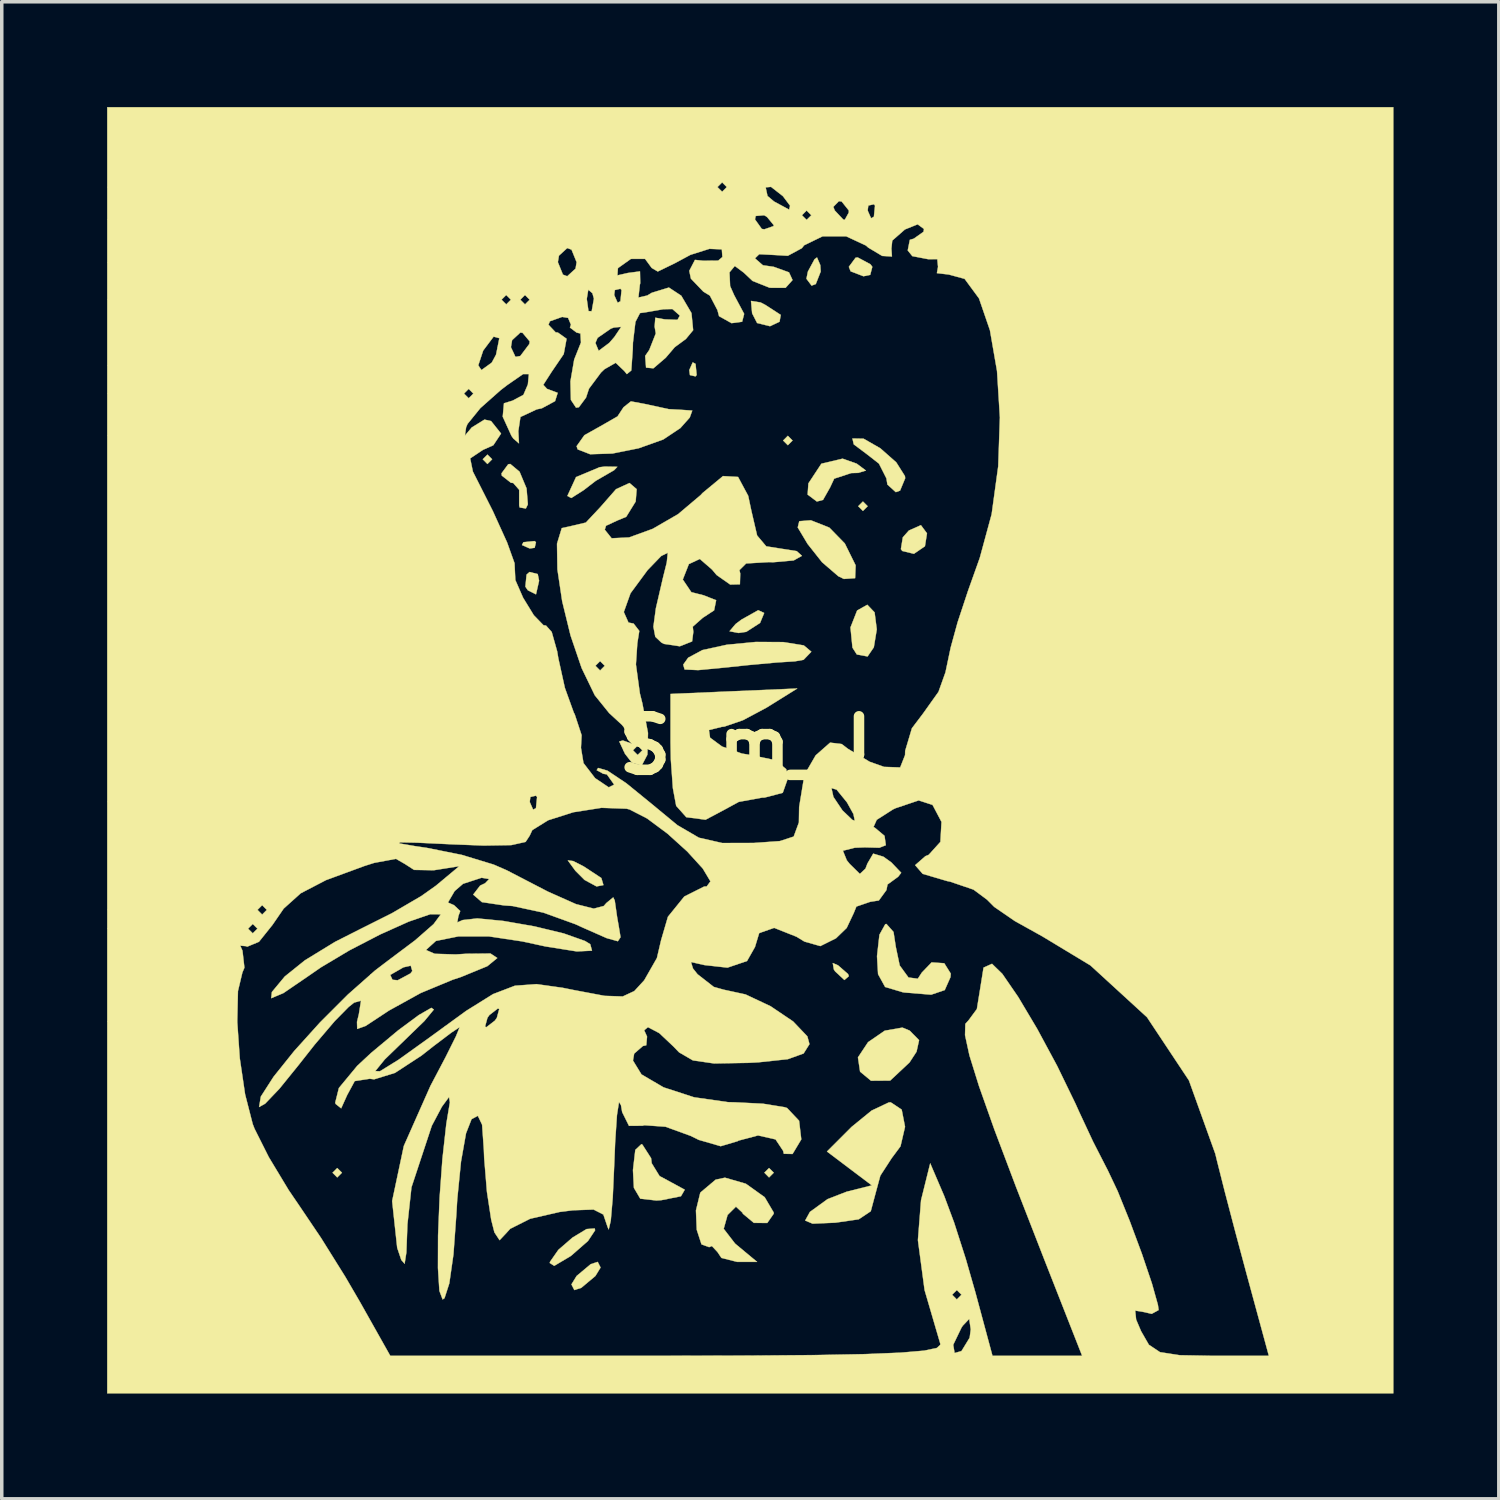
<source format=kicad_pcb>
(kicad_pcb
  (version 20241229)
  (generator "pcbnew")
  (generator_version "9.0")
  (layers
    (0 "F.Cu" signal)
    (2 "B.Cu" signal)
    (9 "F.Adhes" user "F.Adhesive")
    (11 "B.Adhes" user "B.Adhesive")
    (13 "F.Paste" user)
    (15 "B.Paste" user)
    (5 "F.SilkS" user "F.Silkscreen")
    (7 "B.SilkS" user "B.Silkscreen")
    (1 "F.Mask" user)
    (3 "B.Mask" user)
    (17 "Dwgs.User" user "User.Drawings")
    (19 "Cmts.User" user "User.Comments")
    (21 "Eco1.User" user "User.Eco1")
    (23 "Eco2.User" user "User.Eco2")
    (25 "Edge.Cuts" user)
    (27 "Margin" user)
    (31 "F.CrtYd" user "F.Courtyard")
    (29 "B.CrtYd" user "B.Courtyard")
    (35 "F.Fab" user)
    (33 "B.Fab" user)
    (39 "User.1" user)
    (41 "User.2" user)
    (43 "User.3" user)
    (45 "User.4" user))
  (footprint "Sam_J"
    (layer "F.Cu")
    (at 18.186 18.186)
    (property "Reference" "Sam_J" (at 0 0 0) (layer "F.SilkS") (effects (font (size 1.524 1.524) (thickness 0.3))))
    (attr through_hole)
    (fp_poly (pts (xy -11.497 12.165) (xy -11.631 12.299) (xy -11.764 12.165) (xy -11.631 12.032) (xy -11.497 12.165)) (stroke (width 0.01) (type solid)) (fill yes) (layer "F.SilkS"))
    (fp_poly (pts (xy -7.219 -8.155) (xy -7.353 -8.021) (xy -7.486 -8.155) (xy -7.353 -8.288) (xy -7.219 -8.155)) (stroke (width 0.01) (type solid)) (fill yes) (layer "F.SilkS"))
    (fp_poly (pts (xy 0.802 12.165) (xy 0.668 12.299) (xy 0.535 12.165) (xy 0.668 12.032) (xy 0.802 12.165)) (stroke (width 0.01) (type solid)) (fill yes) (layer "F.SilkS"))
    (fp_poly (pts (xy 1.337 -8.689) (xy 1.203 -8.556) (xy 1.069 -8.689) (xy 1.203 -8.823) (xy 1.337 -8.689)) (stroke (width 0.01) (type solid)) (fill yes) (layer "F.SilkS"))
    (fp_poly (pts (xy 3.476 -6.818) (xy 3.342 -6.684) (xy 3.208 -6.818) (xy 3.342 -6.952) (xy 3.476 -6.818)) (stroke (width 0.01) (type solid)) (fill yes) (layer "F.SilkS"))
    (fp_poly (pts (xy -5.971 -5.793) (xy -6.008 -5.634) (xy -6.149 -5.615) (xy -6.37 -5.713) (xy -6.328 -5.793) (xy -6.01 -5.825) (xy -5.971 -5.793)) (stroke (width 0.01) (type solid)) (fill yes) (layer "F.SilkS"))
    (fp_poly (pts (xy -1.426 -10.873) (xy -1.394 -10.556) (xy -1.426 -10.516) (xy -1.585 -10.553) (xy -1.604 -10.695) (xy -1.506 -10.915) (xy -1.426 -10.873)) (stroke (width 0.01) (type solid)) (fill yes) (layer "F.SilkS"))
    (fp_poly (pts (xy -5.921 -4.886) (xy -5.882 -4.695) (xy -5.97 -4.308) (xy -6.202 -4.424) (xy -6.272 -4.527) (xy -6.238 -4.87) (xy -6.154 -4.944) (xy -5.921 -4.886)) (stroke (width 0.01) (type solid)) (fill yes) (layer "F.SilkS"))
    (fp_poly (pts (xy 2.632 6.258) (xy 2.917 6.506) (xy 2.941 6.566) (xy 2.814 6.676) (xy 2.55 6.43) (xy 2.514 6.376) (xy 2.483 6.193) (xy 2.632 6.258)) (stroke (width 0.01) (type solid)) (fill yes) (layer "F.SilkS"))
    (fp_poly (pts (xy -4.909 3.289) (xy -4.612 3.441) (xy -4.109 3.772) (xy -4.049 3.973) (xy -4.245 4.011) (xy -4.587 3.826) (xy -4.847 3.566) (xy -5.064 3.269) (xy -4.909 3.289)) (stroke (width 0.01) (type solid)) (fill yes) (layer "F.SilkS"))
    (fp_poly (pts (xy -4.131 14.866) (xy -4.278 15.106) (xy -4.68 15.443) (xy -4.878 15.507) (xy -4.96 15.346) (xy -4.813 15.106) (xy -4.41 14.769) (xy -4.212 14.705) (xy -4.131 14.866)) (stroke (width 0.01) (type solid)) (fill yes) (layer "F.SilkS"))
    (fp_poly (pts (xy 0.426 -12.622) (xy 0.561 -12.552) (xy 1.001 -12.267) (xy 0.967 -12.073) (xy 0.695 -11.945) (xy 0.328 -12.036) (xy 0.186 -12.313) (xy 0.154 -12.665) (xy 0.426 -12.622)) (stroke (width 0.01) (type solid)) (fill yes) (layer "F.SilkS"))
    (fp_poly (pts (xy 0.529 -3.777) (xy 0.412 -3.494) (xy 0.018 -3.24) (xy -0.201 -3.208) (xy -0.458 -3.257) (xy -0.284 -3.463) (xy -0.118 -3.588) (xy 0.359 -3.856) (xy 0.529 -3.777)) (stroke (width 0.01) (type solid)) (fill yes) (layer "F.SilkS"))
    (fp_poly (pts (xy 2.127 -13.685) (xy 2.139 -13.502) (xy 1.999 -13.146) (xy 1.88 -13.101) (xy 1.733 -13.297) (xy 1.775 -13.502) (xy 1.965 -13.854) (xy 2.034 -13.903) (xy 2.127 -13.685)) (stroke (width 0.01) (type solid)) (fill yes) (layer "F.SilkS"))
    (fp_poly (pts (xy 3.555 -13.709) (xy 3.609 -13.636) (xy 3.549 -13.407) (xy 3.358 -13.368) (xy 2.992 -13.508) (xy 2.941 -13.636) (xy 3.133 -13.896) (xy 3.193 -13.903) (xy 3.555 -13.709)) (stroke (width 0.01) (type solid)) (fill yes) (layer "F.SilkS"))
    (fp_poly (pts (xy 5.166 -6.045) (xy 5.108 -5.678) (xy 4.794 -5.463) (xy 4.464 -5.543) (xy 4.423 -5.596) (xy 4.478 -5.931) (xy 4.651 -6.126) (xy 4.993 -6.278) (xy 5.166 -6.045)) (stroke (width 0.01) (type solid)) (fill yes) (layer "F.SilkS"))
    (fp_poly (pts (xy -3.653 -7.941) (xy -3.743 -7.846) (xy -4.269 -7.541) (xy -4.612 -7.276) (xy -4.965 -7.052) (xy -5.076 -7.111) (xy -4.829 -7.648) (xy -4.157 -7.929) (xy -4.011 -7.947) (xy -3.653 -7.941)) (stroke (width 0.01) (type solid)) (fill yes) (layer "F.SilkS"))
    (fp_poly (pts (xy 3.674 -3.794) (xy 3.736 -3.309) (xy 3.652 -2.8) (xy 3.474 -2.539) (xy 3.168 -2.596) (xy 3.044 -2.79) (xy 2.987 -3.365) (xy 3.177 -3.848) (xy 3.467 -4.011) (xy 3.674 -3.794)) (stroke (width 0.01) (type solid)) (fill yes) (layer "F.SilkS"))
    (fp_poly (pts (xy -4.286 13.804) (xy -4.488 14.108) (xy -4.964 14.525) (xy -4.99 14.544) (xy -5.451 14.817) (xy -5.578 14.736) (xy -5.569 14.7) (xy -5.332 14.361) (xy -4.929 14.012) (xy -4.529 13.77) (xy -4.298 13.753) (xy -4.286 13.804)) (stroke (width 0.01) (type solid)) (fill yes) (layer "F.SilkS"))
    (fp_poly (pts (xy 2.386 -6.208) (xy 2.826 -5.757) (xy 3.134 -5.134) (xy 3.119 -4.769) (xy 2.8 -4.747) (xy 2.642 -4.823) (xy 2.179 -5.222) (xy 1.767 -5.742) (xy 1.485 -6.214) (xy 1.529 -6.391) (xy 1.859 -6.417) (xy 2.386 -6.208)) (stroke (width 0.01) (type solid)) (fill yes) (layer "F.SilkS"))
    (fp_poly (pts (xy 4.673 8.118) (xy 4.941 8.39) (xy 4.869 8.717) (xy 4.669 9.024) (xy 4.117 9.541) (xy 3.572 9.545) (xy 3.261 9.287) (xy 3.2 8.881) (xy 3.488 8.447) (xy 3.963 8.12) (xy 4.466 8.032) (xy 4.673 8.118)) (stroke (width 0.01) (type solid)) (fill yes) (layer "F.SilkS"))
    (fp_poly (pts (xy 3.165 -8.03) (xy 3.426 -7.834) (xy 3.21 -7.768) (xy 3.008 -7.762) (xy 2.523 -7.603) (xy 2.406 -7.353) (xy 2.205 -6.998) (xy 2.03 -6.952) (xy 1.767 -7.149) (xy 1.789 -7.468) (xy 2.159 -8.029) (xy 2.763 -8.172) (xy 3.165 -8.03)) (stroke (width 0.01) (type solid)) (fill yes) (layer "F.SilkS"))
    (fp_poly (pts (xy 3.36 -8.741) (xy 3.838 -8.467) (xy 4.292 -8.066) (xy 4.538 -7.676) (xy 4.545 -7.614) (xy 4.399 -7.262) (xy 4.278 -7.219) (xy 4.039 -7.435) (xy 4.011 -7.611) (xy 3.798 -8.032) (xy 3.453 -8.301) (xy 3.081 -8.58) (xy 3.043 -8.747) (xy 3.36 -8.741)) (stroke (width 0.01) (type solid)) (fill yes) (layer "F.SilkS"))
    (fp_poly (pts (xy -6.438 -7.801) (xy -6.239 -7.325) (xy -6.202 -6.871) (xy -6.259 -6.753) (xy -6.435 -6.783) (xy -6.449 -6.84) (xy -6.449 -7.281) (xy -6.449 -7.286) (xy -6.619 -7.48) (xy -6.684 -7.486) (xy -6.944 -7.69) (xy -6.952 -7.754) (xy -6.761 -8.013) (xy -6.702 -8.021) (xy -6.438 -7.801)) (stroke (width 0.01) (type solid)) (fill yes) (layer "F.SilkS"))
    (fp_poly (pts (xy -2.941 11.363) (xy -2.692 11.751) (xy -2.674 11.896) (xy -2.451 12.26) (xy -2.119 12.439) (xy -1.733 12.649) (xy -1.841 12.835) (xy -2.401 12.947) (xy -2.542 12.956) (xy -2.999 12.905) (xy -3.181 12.596) (xy -3.208 12.091) (xy -3.141 11.515) (xy -2.966 11.351) (xy -2.941 11.363)) (stroke (width 0.01) (type solid)) (fill yes) (layer "F.SilkS"))
    (fp_poly (pts (xy 1.075 -2.948) (xy 1.657 -2.854) (xy 1.872 -2.674) (xy 1.651 -2.444) (xy 1.404 -2.4) (xy 0.882 -2.367) (xy 0.052 -2.291) (xy -0.531 -2.229) (xy -1.353 -2.15) (xy -1.737 -2.168) (xy -1.776 -2.306) (xy -1.635 -2.503) (xy -1.229 -2.721) (xy -0.532 -2.873) (xy 0.291 -2.952) (xy 1.075 -2.948)) (stroke (width 0.01) (type solid)) (fill yes) (layer "F.SilkS"))
    (fp_poly (pts (xy -2.874 -9.731) (xy -2.192 -9.583) (xy -1.81 -9.562) (xy -1.519 -9.542) (xy -1.591 -9.344) (xy -1.859 -9.043) (xy -2.345 -8.719) (xy -3.045 -8.469) (xy -3.793 -8.319) (xy -4.427 -8.299) (xy -4.783 -8.437) (xy -4.813 -8.528) (xy -4.591 -8.841) (xy -4.144 -9.091) (xy -3.648 -9.376) (xy -3.476 -9.637) (xy -3.266 -9.804) (xy -2.874 -9.731)) (stroke (width 0.01) (type solid)) (fill yes) (layer "F.SilkS"))
    (fp_poly (pts (xy 4.213 5.308) (xy 4.278 5.733) (xy 4.389 6.262) (xy 4.639 6.605) (xy 4.905 6.64) (xy 5.02 6.464) (xy 5.298 6.175) (xy 5.658 6.199) (xy 5.843 6.494) (xy 5.835 6.595) (xy 5.672 6.963) (xy 5.285 7.094) (xy 4.532 7.033) (xy 4.478 7.025) (xy 3.974 6.875) (xy 3.773 6.51) (xy 3.743 5.998) (xy 3.812 5.387) (xy 3.979 5.086) (xy 4.011 5.08) (xy 4.213 5.308)) (stroke (width 0.01) (type solid)) (fill yes) (layer "F.SilkS"))
    (fp_poly (pts (xy 4.446 10.369) (xy 4.541 10.857) (xy 4.412 11.412) (xy 4.16 11.751) (xy 3.837 12.249) (xy 3.692 12.786) (xy 3.565 13.262) (xy 3.222 13.492) (xy 2.558 13.588) (xy 1.909 13.616) (xy 1.697 13.527) (xy 1.832 13.282) (xy 1.834 13.28) (xy 2.335 12.917) (xy 2.879 12.706) (xy 3.596 12.526) (xy 2.957 12.044) (xy 2.318 11.561) (xy 3.018 10.861) (xy 3.588 10.396) (xy 4.076 10.165) (xy 4.132 10.16) (xy 4.446 10.369)) (stroke (width 0.01) (type solid)) (fill yes) (layer "F.SilkS"))
    (fp_poly (pts (xy 0.007 12.479) (xy 0.544 12.863) (xy 0.8 13.298) (xy 0.802 13.331) (xy 0.617 13.596) (xy 0.236 13.594) (xy -0.077 13.333) (xy -0.091 13.302) (xy -0.275 13.131) (xy -0.513 13.368) (xy -0.624 13.763) (xy -0.301 14.182) (xy -0.236 14.237) (xy 0.327 14.705) (xy -0.238 14.705) (xy -0.688 14.592) (xy -0.802 14.422) (xy -0.96 14.253) (xy -1.039 14.285) (xy -1.256 14.205) (xy -1.391 13.79) (xy -1.414 13.239) (xy -1.294 12.748) (xy -1.282 12.725) (xy -0.853 12.363) (xy -0.588 12.307) (xy 0.007 12.479)) (stroke (width 0.01) (type solid)) (fill yes) (layer "F.SilkS"))
    (fp_poly (pts (xy 0.595 -1.081) (xy -0.076 -0.723) (xy -0.607 -0.541) (xy -0.675 -0.535) (xy -1.044 -0.443) (xy -1.013 -0.226) (xy -0.671 0.026) (xy -0.108 0.226) (xy 0.134 0.267) (xy 0.848 0.415) (xy 1.157 0.672) (xy 1.203 0.936) (xy 1.058 1.345) (xy 0.541 1.48) (xy 0.469 1.482) (xy -0.195 1.603) (xy -0.587 1.817) (xy -1.141 2.111) (xy -1.689 2.039) (xy -1.977 1.716) (xy -2.071 1.213) (xy -2.129 0.404) (xy -2.138 -0.089) (xy -2.138 -1.471) (xy -0.334 -1.549) (xy 1.471 -1.626) (xy 0.595 -1.081)) (stroke (width 0.01) (type solid)) (fill yes) (layer "F.SilkS"))
    (fp_poly (pts (xy -0.215 -7.652) (xy 0.074 -7.114) (xy 0.165 -6.684) (xy 0.328 -5.984) (xy 0.587 -5.676) (xy 0.97 -5.615) (xy 1.456 -5.539) (xy 1.604 -5.405) (xy 1.369 -5.274) (xy 0.791 -5.223) (xy 0.657 -5.226) (xy 0.015 -5.188) (xy -0.176 -4.998) (xy -0.153 -4.901) (xy -0.162 -4.594) (xy -0.438 -4.587) (xy -0.825 -4.858) (xy -0.955 -5.013) (xy -1.304 -5.316) (xy -1.616 -5.17) (xy -1.789 -4.73) (xy -1.546 -4.37) (xy -1.187 -4.278) (xy -0.839 -4.14) (xy -0.897 -3.852) (xy -1.22 -3.64) (xy -1.505 -3.388) (xy -1.489 -3.238) (xy -1.524 -2.967) (xy -1.874 -2.829) (xy -2.322 -2.896) (xy -2.4 -2.937) (xy -2.572 -3.1) (xy -2.626 -3.386) (xy -2.555 -3.912) (xy -2.35 -4.795) (xy -2.245 -5.214) (xy -2.216 -5.493) (xy -2.404 -5.4) (xy -2.792 -4.998) (xy -3.278 -4.339) (xy -3.469 -3.804) (xy -3.336 -3.504) (xy -3.19 -3.476) (xy -3.028 -3.266) (xy -3.084 -2.913) (xy -3.124 -2.311) (xy -3.011 -1.485) (xy -2.94 -1.201) (xy -2.78 -0.361) (xy -2.797 0.258) (xy -2.96 0.569) (xy -3.239 0.485) (xy -3.435 0.233) (xy -3.481 0.134) (xy -3.208 0.134) (xy -3.075 0.267) (xy -2.941 0.134) (xy -3.075 0) (xy -3.208 0.134) (xy -3.481 0.134) (xy -3.598 -0.117) (xy -3.496 -0.146) (xy -3.217 -0.047) (xy -3.243 -0.231) (xy -3.518 -0.587) (xy -3.886 -0.926) (xy -4.295 -1.433) (xy -4.669 -2.207) (xy -4.692 -2.273) (xy -4.278 -2.273) (xy -4.144 -2.139) (xy -4.011 -2.273) (xy -4.144 -2.406) (xy -4.278 -2.273) (xy -4.692 -2.273) (xy -4.986 -3.137) (xy -5.224 -4.111) (xy -5.36 -5.02) (xy -5.371 -5.751) (xy -5.236 -6.194) (xy -4.966 -6.254) (xy -4.55 -6.352) (xy -4.133 -6.797) (xy -3.689 -7.304) (xy -3.307 -7.479) (xy -3.103 -7.304) (xy -3.131 -6.952) (xy -3.4 -6.517) (xy -3.641 -6.417) (xy -3.976 -6.262) (xy -4.011 -6.149) (xy -3.816 -5.905) (xy -3.318 -5.929) (xy -2.645 -6.174) (xy -1.923 -6.592) (xy -1.28 -7.135) (xy -1.228 -7.192) (xy -0.644 -7.676) (xy -0.215 -7.652)) (stroke (width 0.01) (type solid)) (fill yes) (layer "F.SilkS"))
    (fp_poly (pts (xy 18.448 18.448) (xy -18.181 18.448) (xy -18.181 7.865) (xy -14.479 7.865) (xy -14.407 8.904) (xy -14.255 9.934) (xy -14.039 10.777) (xy -13.988 10.909) (xy -13.581 11.72) (xy -13.013 12.662) (xy -12.714 13.101) (xy -12.091 14.025) (xy -11.403 15.127) (xy -10.986 15.842) (xy -10.121 17.379) (xy -2.224 17.379) (xy 0.124 17.374) (xy 1.983 17.359) (xy 3.399 17.332) (xy 4.419 17.29) (xy 5.086 17.233) (xy 5.449 17.156) (xy 5.544 17.067) (xy 5.913 17.067) (xy 5.953 17.301) (xy 6.149 17.245) (xy 6.382 16.864) (xy 6.413 16.628) (xy 6.369 16.329) (xy 6.185 16.523) (xy 6.149 16.577) (xy 5.913 17.067) (xy 5.544 17.067) (xy 5.551 17.06) (xy 5.548 17.045) (xy 5.137 15.641) (xy 5.882 15.641) (xy 6.016 15.775) (xy 6.149 15.641) (xy 6.016 15.507) (xy 5.882 15.641) (xy 5.137 15.641) (xy 5.098 15.508) (xy 4.908 14.085) (xy 4.997 12.949) (xy 5.258 11.898) (xy 5.659 12.834) (xy 5.94 13.589) (xy 6.272 14.623) (xy 6.545 15.574) (xy 7.031 17.379) (xy 9.585 17.379) (xy 8.508 14.638) (xy 7.7 12.563) (xy 7.085 10.933) (xy 6.649 9.702) (xy 6.375 8.822) (xy 6.25 8.246) (xy 6.259 7.926) (xy 6.35 7.825) (xy 6.587 7.504) (xy 6.684 6.907) (xy 6.777 6.324) (xy 7.018 6.215) (xy 7.311 6.5) (xy 7.762 7.156) (xy 8.305 8.068) (xy 8.873 9.122) (xy 9.397 10.202) (xy 9.498 10.427) (xy 9.896 11.279) (xy 10.297 12.062) (xy 10.315 12.096) (xy 10.596 12.689) (xy 10.939 13.537) (xy 11.286 14.47) (xy 11.574 15.323) (xy 11.743 15.927) (xy 11.764 16.076) (xy 11.566 16.185) (xy 11.354 16.135) (xy 11.096 16.092) (xy 11.123 16.348) (xy 11.264 16.679) (xy 11.486 17.065) (xy 11.803 17.276) (xy 12.364 17.363) (xy 13.243 17.379) (xy 14.903 17.379) (xy 14.267 15.039) (xy 13.946 13.841) (xy 13.648 12.703) (xy 13.426 11.823) (xy 13.379 11.628) (xy 12.627 9.536) (xy 11.433 7.737) (xy 9.822 6.261) (xy 8.455 5.435) (xy 7.667 4.996) (xy 7.081 4.593) (xy 6.877 4.388) (xy 6.492 4.102) (xy 5.826 3.875) (xy 5.741 3.858) (xy 5.043 3.652) (xy 4.829 3.405) (xy 5.122 3.149) (xy 5.214 3.112) (xy 5.548 2.743) (xy 5.58 2.173) (xy 5.325 1.689) (xy 4.93 1.561) (xy 4.268 1.784) (xy 4.199 1.817) (xy 3.735 2.113) (xy 3.643 2.318) (xy 3.686 2.343) (xy 3.957 2.57) (xy 3.994 2.837) (xy 3.81 2.909) (xy 3.396 2.898) (xy 3.109 2.909) (xy 2.771 2.994) (xy 2.882 3.267) (xy 2.963 3.368) (xy 3.255 3.655) (xy 3.415 3.504) (xy 3.469 3.361) (xy 3.635 3.077) (xy 3.924 3.164) (xy 4.15 3.326) (xy 4.432 3.622) (xy 4.345 3.735) (xy 4.042 3.956) (xy 4.011 4.115) (xy 3.795 4.411) (xy 3.549 4.449) (xy 3.155 4.584) (xy 3.081 4.767) (xy 2.879 5.194) (xy 2.575 5.488) (xy 2.129 5.71) (xy 1.677 5.582) (xy 1.451 5.444) (xy 0.814 5.191) (xy 0.387 5.34) (xy 0.267 5.736) (xy 0.041 6.135) (xy -0.516 6.324) (xy -1.172 6.251) (xy -1.556 6.164) (xy -1.499 6.349) (xy -1.369 6.512) (xy -0.906 6.873) (xy -0.625 6.952) (xy -0.003 7.087) (xy 0.711 7.423) (xy 1.353 7.856) (xy 1.759 8.282) (xy 1.819 8.503) (xy 1.652 8.769) (xy 1.203 8.931) (xy 0.361 9.021) (xy 0.072 9.036) (xy -0.898 9.053) (xy -1.5 8.966) (xy -1.894 8.737) (xy -2.057 8.568) (xy -2.459 8.189) (xy -2.781 8.019) (xy -2.889 8.108) (xy -2.807 8.288) (xy -2.829 8.535) (xy -2.925 8.556) (xy -3.174 8.773) (xy -3.208 8.97) (xy -2.966 9.365) (xy -2.336 9.734) (xy -1.466 10.017) (xy -0.502 10.155) (xy -0.298 10.16) (xy 0.497 10.2) (xy 1.106 10.298) (xy 1.181 10.322) (xy 1.523 10.684) (xy 1.586 11.216) (xy 1.338 11.63) (xy 1.337 11.631) (xy 1.09 11.626) (xy 1.069 11.541) (xy 0.853 11.216) (xy 0.354 11.103) (xy -0.2 11.25) (xy -0.228 11.267) (xy -0.709 11.41) (xy -1.335 11.229) (xy -1.567 11.115) (xy -2.282 10.855) (xy -2.883 10.813) (xy -2.935 10.827) (xy -3.321 10.83) (xy -3.515 10.44) (xy -3.55 10.239) (xy -3.606 10.152) (xy -3.664 10.525) (xy -3.715 11.284) (xy -3.74 11.898) (xy -3.784 12.874) (xy -3.84 13.53) (xy -3.899 13.782) (xy -3.931 13.71) (xy -4.051 13.356) (xy -4.33 13.214) (xy -4.918 13.235) (xy -5.298 13.283) (xy -6.136 13.476) (xy -6.705 13.762) (xy -6.809 13.877) (xy -7.007 14.087) (xy -7.154 13.864) (xy -7.246 13.502) (xy -7.367 12.71) (xy -7.446 11.745) (xy -7.455 11.51) (xy -7.505 10.797) (xy -7.626 10.544) (xy -7.805 10.639) (xy -7.963 11.043) (xy -8.106 11.849) (xy -8.213 12.923) (xy -8.239 13.366) (xy -8.321 14.492) (xy -8.439 15.316) (xy -8.576 15.739) (xy -8.629 15.775) (xy -8.721 15.53) (xy -8.762 14.88) (xy -8.759 13.953) (xy -8.715 12.874) (xy -8.635 11.772) (xy -8.524 10.772) (xy -8.422 10.16) (xy -8.447 10.009) (xy -8.65 10.285) (xy -8.938 10.828) (xy -9.517 12.581) (xy -9.632 13.636) (xy -9.662 14.437) (xy -9.712 14.757) (xy -9.806 14.65) (xy -9.923 14.304) (xy -10.067 12.971) (xy -9.734 11.402) (xy -8.976 9.692) (xy -8.546 8.875) (xy -8.249 8.279) (xy -8.145 8.023) (xy -8.147 8.021) (xy -8.376 8.172) (xy -8.884 8.556) (xy -9.23 8.828) (xy -9.987 9.322) (xy -10.579 9.505) (xy -10.704 9.489) (xy -11.133 9.555) (xy -11.348 9.952) (xy -11.519 10.331) (xy -11.674 10.208) (xy -11.689 10.173) (xy -11.584 9.753) (xy -11.063 9.123) (xy -10.668 8.755) (xy -9.896 8.111) (xy -9.306 7.674) (xy -8.949 7.469) (xy -8.88 7.518) (xy -9.149 7.845) (xy -9.593 8.275) (xy -10.277 8.938) (xy -10.548 9.271) (xy -10.415 9.276) (xy -9.888 8.95) (xy -9.012 8.322) (xy -8.575 8.004) (xy -7.421 8.004) (xy -7.384 8.021) (xy -7.14 7.833) (xy -7.085 7.754) (xy -7.017 7.504) (xy -7.054 7.486) (xy -7.298 7.675) (xy -7.353 7.754) (xy -7.421 8.004) (xy -8.575 8.004) (xy -7.961 7.557) (xy -7.193 7.078) (xy -6.569 6.839) (xy -5.954 6.794) (xy -5.208 6.899) (xy -4.88 6.965) (xy -4.014 7.128) (xy -3.5 7.145) (xy -3.17 6.992) (xy -2.888 6.685) (xy -2.526 6.051) (xy -2.406 5.539) (xy -2.212 4.875) (xy -1.746 4.299) (xy -1.181 4.015) (xy -1.107 4.011) (xy -1.001 3.867) (xy -1.219 3.502) (xy -1.662 3.016) (xy -2.225 2.507) (xy -2.806 2.075) (xy -3.304 1.819) (xy -3.391 1.797) (xy -4.104 1.772) (xy -4.907 1.898) (xy -5.623 2.126) (xy -6.076 2.407) (xy -6.149 2.564) (xy -6.266 2.743) (xy -6.674 2.834) (xy -7.459 2.847) (xy -8.355 2.812) (xy -9.355 2.765) (xy -9.848 2.755) (xy -9.862 2.786) (xy -9.422 2.862) (xy -9.079 2.913) (xy -8.082 3.113) (xy -7.176 3.389) (xy -6.806 3.55) (xy -5.629 4.16) (xy -4.829 4.516) (xy -4.325 4.643) (xy -4.04 4.569) (xy -3.967 4.485) (xy -3.77 4.323) (xy -3.727 4.412) (xy -3.658 4.893) (xy -3.613 5.147) (xy -3.562 5.457) (xy -3.638 5.572) (xy -3.955 5.484) (xy -4.622 5.19) (xy -4.85 5.086) (xy -5.757 4.758) (xy -6.636 4.569) (xy -6.885 4.551) (xy -7.51 4.458) (xy -7.758 4.244) (xy -7.561 3.988) (xy -7.419 3.92) (xy -7.303 3.801) (xy -7.52 3.764) (xy -8.048 3.936) (xy -8.288 4.144) (xy -8.478 4.469) (xy -8.305 4.545) (xy -8.128 4.712) (xy -8.18 4.854) (xy -8.212 5.037) (xy -8.058 4.969) (xy -7.643 4.922) (xy -6.901 4.994) (xy -6.018 5.148) (xy -5.18 5.35) (xy -4.574 5.565) (xy -4.425 5.657) (xy -4.375 5.841) (xy -4.808 5.862) (xy -5.696 5.721) (xy -6.361 5.577) (xy -7.312 5.434) (xy -8.18 5.434) (xy -8.82 5.563) (xy -9.089 5.807) (xy -9.091 5.827) (xy -8.854 5.93) (xy -8.258 5.948) (xy -7.954 5.929) (xy -7.266 5.922) (xy -7.072 6.05) (xy -7.355 6.282) (xy -8.1 6.588) (xy -8.342 6.668) (xy -9.252 7.046) (xy -10.161 7.548) (xy -10.248 7.606) (xy -10.823 7.985) (xy -11.062 8.07) (xy -11.068 7.868) (xy -11.016 7.656) (xy -10.954 7.266) (xy -11.15 7.32) (xy -11.306 7.444) (xy -11.701 7.845) (xy -12.271 8.514) (xy -12.74 9.109) (xy -13.277 9.772) (xy -13.684 10.198) (xy -13.857 10.295) (xy -13.807 9.997) (xy -13.445 9.433) (xy -12.856 8.698) (xy -12.122 7.885) (xy -11.327 7.09) (xy -10.695 6.531) (xy -10.121 6.531) (xy -10.058 6.67) (xy -9.908 6.684) (xy -9.546 6.49) (xy -9.493 6.42) (xy -9.537 6.268) (xy -9.745 6.315) (xy -10.121 6.531) (xy -10.695 6.531) (xy -10.554 6.406) (xy -10.168 6.112) (xy -9.412 5.545) (xy -8.886 5.084) (xy -8.691 4.82) (xy -8.695 4.804) (xy -8.982 4.803) (xy -9.596 5.014) (xy -10.407 5.378) (xy -11.284 5.832) (xy -12.094 6.315) (xy -12.482 6.583) (xy -13.164 7.049) (xy -13.511 7.195) (xy -13.492 7.019) (xy -13.126 6.577) (xy -12.551 6.115) (xy -11.695 5.591) (xy -11.008 5.243) (xy -10.071 4.773) (xy -9.238 4.286) (xy -8.823 3.992) (xy -8.155 3.435) (xy -8.881 3.55) (xy -9.442 3.54) (xy -9.706 3.37) (xy -9.958 3.225) (xy -10.578 3.34) (xy -10.852 3.427) (xy -11.951 3.831) (xy -12.671 4.206) (xy -13.156 4.642) (xy -13.475 5.106) (xy -13.861 5.588) (xy -14.196 5.727) (xy -14.23 5.712) (xy -14.394 5.698) (xy -14.33 5.841) (xy -14.275 6.325) (xy -14.333 6.464) (xy -14.459 6.992) (xy -14.479 7.865) (xy -18.181 7.865) (xy -18.181 5.214) (xy -14.171 5.214) (xy -14.037 5.347) (xy -13.903 5.214) (xy -14.037 5.08) (xy -14.171 5.214) (xy -18.181 5.214) (xy -18.181 4.679) (xy -13.903 4.679) (xy -13.769 4.813) (xy -13.636 4.679) (xy -13.769 4.545) (xy -13.903 4.679) (xy -18.181 4.679) (xy -18.181 1.604) (xy -6.149 1.604) (xy -6.052 1.824) (xy -5.971 1.782) (xy -5.939 1.465) (xy -5.971 1.426) (xy -6.13 1.463) (xy -6.149 1.604) (xy -18.181 1.604) (xy -18.181 -8.827) (xy -7.996 -8.827) (xy -7.812 -9.046) (xy -7.804 -9.058) (xy -7.437 -9.285) (xy -7.249 -9.243) (xy -6.965 -8.887) (xy -7.186 -8.554) (xy -7.479 -8.424) (xy -7.845 -8.181) (xy -7.768 -7.805) (xy -7.2 -6.682) (xy -6.792 -5.783) (xy -6.581 -5.195) (xy -6.573 -5.013) (xy -6.558 -4.715) (xy -6.338 -4.212) (xy -6.032 -3.713) (xy -5.756 -3.428) (xy -5.685 -3.419) (xy -5.522 -3.236) (xy -5.367 -2.685) (xy -5.333 -2.483) (xy -5.148 -1.645) (xy -4.895 -0.944) (xy -4.866 -0.888) (xy -4.671 -0.297) (xy -4.689 0.064) (xy -4.617 0.498) (xy -4.287 0.927) (xy -3.897 1.189) (xy -3.743 1.111) (xy -3.951 0.82) (xy -4.055 0.802) (xy -4.241 0.7) (xy -4.201 0.637) (xy -3.934 0.714) (xy -3.392 1.077) (xy -2.692 1.647) (xy -2.691 1.648) (xy -1.943 2.266) (xy -1.329 2.624) (xy -0.665 2.775) (xy 0.234 2.773) (xy 0.976 2.72) (xy 1.37 2.591) (xy 1.518 2.189) (xy 1.525 1.75) (xy 1.614 1.209) (xy 2.445 1.209) (xy 2.501 1.461) (xy 2.758 1.845) (xy 3.041 2.116) (xy 3.11 2.139) (xy 3.071 1.949) (xy 2.887 1.616) (xy 2.593 1.255) (xy 2.445 1.209) (xy 1.614 1.209) (xy 1.676 0.831) (xy 1.996 0.278) (xy 2.407 -0.084) (xy 2.737 -0.044) (xy 2.918 0.094) (xy 3.532 0.46) (xy 3.944 0.606) (xy 4.403 0.622) (xy 4.542 0.27) (xy 4.545 0.15) (xy 4.737 -0.494) (xy 5.052 -0.91) (xy 5.494 -1.531) (xy 5.693 -2.088) (xy 5.842 -2.796) (xy 6.038 -3.51) (xy 6.335 -4.407) (xy 6.67 -5.347) (xy 7.008 -6.591) (xy 7.195 -7.955) (xy 7.243 -9.346) (xy 7.161 -10.669) (xy 6.959 -11.831) (xy 6.648 -12.737) (xy 6.238 -13.294) (xy 5.787 -13.417) (xy 5.449 -13.457) (xy 5.481 -13.636) (xy 5.46 -13.855) (xy 5.201 -13.854) (xy 4.749 -13.941) (xy 4.618 -14.104) (xy 4.678 -14.405) (xy 4.79 -14.438) (xy 5.068 -14.635) (xy 5.08 -14.715) (xy 4.901 -14.847) (xy 4.538 -14.701) (xy 4.177 -14.384) (xy 4.153 -14.157) (xy 4.168 -13.931) (xy 3.89 -13.947) (xy 3.492 -14.185) (xy 3.428 -14.243) (xy 2.868 -14.504) (xy 2.191 -14.504) (xy 1.668 -14.251) (xy 1.602 -14.167) (xy 1.202 -13.951) (xy 0.829 -13.973) (xy 0.389 -13.996) (xy 0.267 -13.878) (xy 0.492 -13.681) (xy 0.802 -13.636) (xy 1.236 -13.479) (xy 1.337 -13.26) (xy 1.138 -13.038) (xy 0.687 -13.04) (xy 0.199 -13.234) (xy -0.052 -13.471) (xy -0.307 -13.661) (xy -0.459 -13.479) (xy -0.441 -13.088) (xy -0.324 -12.825) (xy -0.041 -12.296) (xy -0.099 -12.072) (xy -0.401 -12.032) (xy -0.756 -12.231) (xy -0.802 -12.404) (xy -1.018 -12.817) (xy -1.203 -12.93) (xy -1.557 -13.299) (xy -1.604 -13.522) (xy -1.442 -13.834) (xy -1.212 -13.81) (xy -0.781 -13.813) (xy -0.661 -13.915) (xy -0.677 -14.134) (xy -1.03 -14.149) (xy -1.571 -13.978) (xy -2.015 -13.739) (xy -2.501 -13.503) (xy -2.674 -13.605) (xy -2.864 -13.863) (xy -3.267 -13.862) (xy -3.627 -13.606) (xy -3.638 -13.59) (xy -3.651 -13.393) (xy -3.354 -13.461) (xy -3.008 -13.507) (xy -3.001 -13.171) (xy -3.013 -13.121) (xy -3.053 -12.762) (xy -2.801 -12.819) (xy -2.672 -12.897) (xy -2.185 -13.046) (xy -1.833 -12.814) (xy -1.542 -12.319) (xy -1.494 -11.832) (xy -1.701 -11.581) (xy -2.018 -11.348) (xy -2.275 -11.047) (xy -2.626 -10.746) (xy -2.835 -10.766) (xy -2.86 -11.099) (xy -2.744 -11.267) (xy -2.558 -11.739) (xy -2.591 -11.934) (xy -2.571 -12.187) (xy -2.302 -12.14) (xy -1.941 -12.126) (xy -1.872 -12.247) (xy -2.084 -12.434) (xy -2.339 -12.429) (xy -2.849 -12.341) (xy -3.008 -12.319) (xy -3.138 -12.069) (xy -3.209 -11.474) (xy -3.213 -11.296) (xy -3.256 -10.684) (xy -3.383 -10.581) (xy -3.456 -10.671) (xy -3.7 -10.903) (xy -4.019 -10.721) (xy -4.12 -10.624) (xy -4.461 -10.166) (xy -4.545 -9.912) (xy -4.749 -9.637) (xy -4.829 -9.625) (xy -4.976 -9.847) (xy -4.989 -10.374) (xy -4.882 -10.996) (xy -4.694 -11.468) (xy -4.278 -11.468) (xy -4.185 -11.244) (xy -3.88 -11.473) (xy -3.738 -11.637) (xy -3.543 -11.927) (xy -3.754 -11.907) (xy -3.839 -11.875) (xy -4.216 -11.614) (xy -4.278 -11.468) (xy -4.694 -11.468) (xy -4.689 -11.48) (xy -4.704 -11.738) (xy -4.813 -11.764) (xy -5.003 -11.907) (xy -4.974 -11.987) (xy -5.056 -12.182) (xy -5.225 -12.21) (xy -5.574 -12.086) (xy -5.615 -11.987) (xy -5.41 -11.77) (xy -5.347 -11.764) (xy -5.099 -11.587) (xy -5.18 -11.151) (xy -5.522 -10.649) (xy -5.762 -10.276) (xy -5.656 -10.16) (xy -5.352 -10.047) (xy -5.427 -9.811) (xy -5.804 -9.607) (xy -5.949 -9.577) (xy -6.413 -9.36) (xy -6.473 -8.957) (xy -6.455 -8.608) (xy -6.614 -8.744) (xy -6.669 -8.823) (xy -6.917 -9.368) (xy -6.882 -9.75) (xy -6.633 -9.826) (xy -6.328 -9.99) (xy -6.201 -10.285) (xy -6.172 -10.582) (xy -6.337 -10.582) (xy -6.793 -10.266) (xy -6.973 -10.128) (xy -7.555 -9.612) (xy -7.919 -9.163) (xy -7.96 -9.068) (xy -7.996 -8.827) (xy -18.181 -8.827) (xy -18.181 -10.026) (xy -8.021 -10.026) (xy -7.887 -9.893) (xy -7.754 -10.026) (xy -7.887 -10.16) (xy -8.021 -10.026) (xy -18.181 -10.026) (xy -18.181 -10.831) (xy -7.614 -10.831) (xy -7.524 -10.695) (xy -7.229 -10.909) (xy -7.108 -11.134) (xy -7.065 -11.347) (xy -6.684 -11.347) (xy -6.555 -11.071) (xy -6.417 -11.096) (xy -6.16 -11.438) (xy -6.149 -11.513) (xy -6.353 -11.757) (xy -6.417 -11.764) (xy -6.651 -11.547) (xy -6.684 -11.347) (xy -7.065 -11.347) (xy -7.014 -11.604) (xy -7.177 -11.648) (xy -7.474 -11.252) (xy -7.614 -10.831) (xy -18.181 -10.831) (xy -18.181 -12.7) (xy -6.952 -12.7) (xy -6.818 -12.566) (xy -6.684 -12.7) (xy -6.417 -12.7) (xy -6.283 -12.566) (xy -6.149 -12.7) (xy -6.172 -12.722) (xy -4.524 -12.722) (xy -4.475 -12.376) (xy -4.384 -12.371) (xy -4.32 -12.729) (xy -4.349 -12.834) (xy -3.743 -12.834) (xy -3.645 -12.614) (xy -3.565 -12.655) (xy -3.533 -12.973) (xy -3.565 -13.012) (xy -3.724 -12.975) (xy -3.743 -12.834) (xy -4.349 -12.834) (xy -4.363 -12.884) (xy -4.481 -12.985) (xy -4.524 -12.722) (xy -6.172 -12.722) (xy -6.283 -12.834) (xy -6.417 -12.7) (xy -6.684 -12.7) (xy -6.818 -12.834) (xy -6.952 -12.7) (xy -18.181 -12.7) (xy -18.181 -13.769) (xy -5.347 -13.769) (xy -5.203 -13.414) (xy -5.08 -13.368) (xy -4.843 -13.585) (xy -4.813 -13.769) (xy -4.957 -14.125) (xy -5.08 -14.171) (xy -5.317 -13.954) (xy -5.347 -13.769) (xy -18.181 -13.769) (xy -18.181 -14.988) (xy 0.267 -14.988) (xy 0.461 -14.716) (xy 0.535 -14.705) (xy 0.795 -14.796) (xy 0.802 -14.823) (xy 0.615 -15.051) (xy 0.535 -15.106) (xy 1.604 -15.106) (xy 1.738 -14.973) (xy 1.872 -15.106) (xy 1.738 -15.24) (xy 1.604 -15.106) (xy 0.535 -15.106) (xy 0.288 -15.085) (xy 0.267 -14.988) (xy -18.181 -14.988) (xy -18.181 -15.908) (xy -0.802 -15.908) (xy -0.668 -15.775) (xy -0.543 -15.9) (xy 0.571 -15.9) (xy 0.624 -15.654) (xy 0.81 -15.497) (xy 1.24 -15.265) (xy 1.259 -15.344) (xy 2.498 -15.344) (xy 2.54 -15.24) (xy 2.78 -14.985) (xy 2.823 -14.973) (xy 2.938 -15.179) (xy 2.941 -15.24) (xy 3.476 -15.24) (xy 3.574 -15.02) (xy 3.654 -15.062) (xy 3.686 -15.379) (xy 3.654 -15.418) (xy 3.495 -15.382) (xy 3.476 -15.24) (xy 2.941 -15.24) (xy 2.736 -15.497) (xy 2.658 -15.507) (xy 2.498 -15.344) (xy 1.259 -15.344) (xy 1.267 -15.377) (xy 1.064 -15.648) (xy 0.724 -15.914) (xy 0.571 -15.9) (xy -0.543 -15.9) (xy -0.535 -15.908) (xy -0.668 -16.042) (xy -0.802 -15.908) (xy -18.181 -15.908) (xy -18.181 -18.181) (xy 18.448 -18.181) (xy 18.448 18.448)) (stroke (width 0.01) (type solid)) (fill yes) (layer "F.SilkS")))
  (gr_rect
    (start -3 -3)
    (end 39.639 39.639)
    (stroke (width 0.1) (type default))
    (fill no)
    (layer "Edge.Cuts")))
</source>
